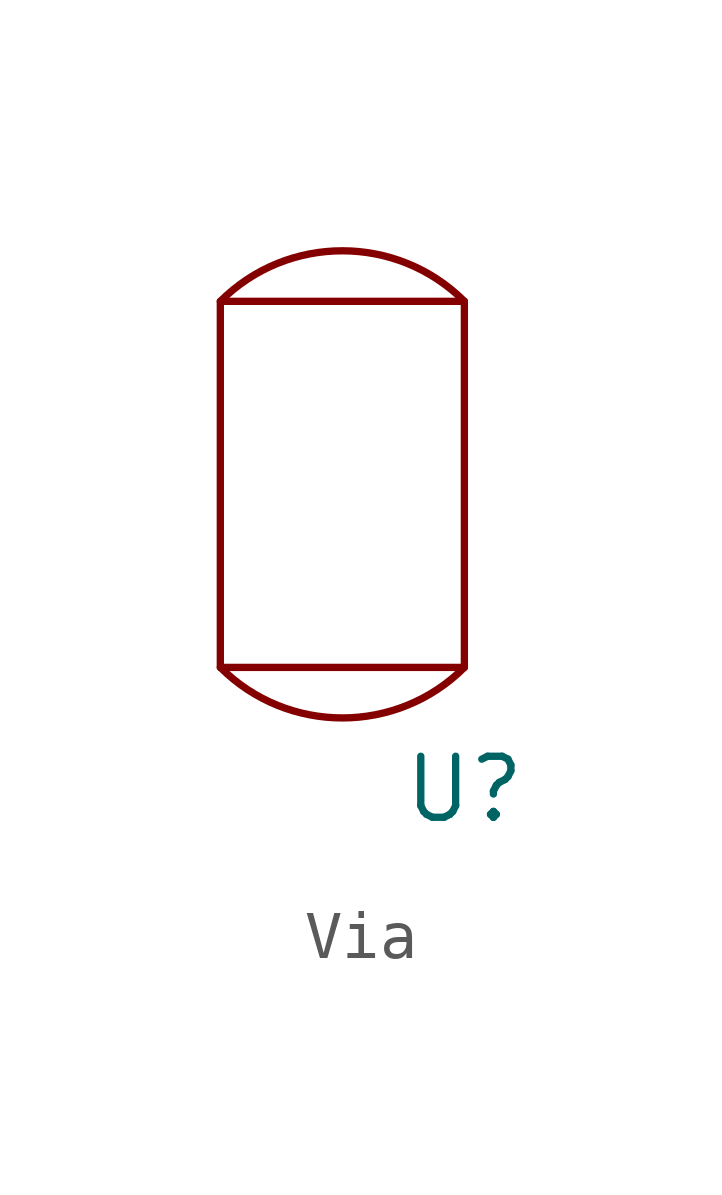
<source format=kicad_sym>
(kicad_symbol_lib
  (version 20241209)
  (generator "kicad_symbol_editor")
  (generator_version "9.0")
  (symbol "Via"
    (property "Reference" "U"
      (at 0 0 0)
      (effects (font (size 1.27 1.27))))
    (property "Value" ""
      (at 0 0 0)
      (effects (font (size 1.27 1.27))))
    (symbol "Via_0_1"
      (rectangle (start -5.08 2.54) (end 0 10.16) (stroke (width 0) (type default)) (fill (type none)))
      (arc (start -5.08 10.16) (mid -2.54 11.2121) (end 0 10.16) (stroke (width 0) (type default)) (fill (type none)))
      (arc (start 0 2.54) (mid -2.54 1.4879) (end -5.08 2.54) (stroke (width 0) (type default)) (fill (type none))))))
</source>
